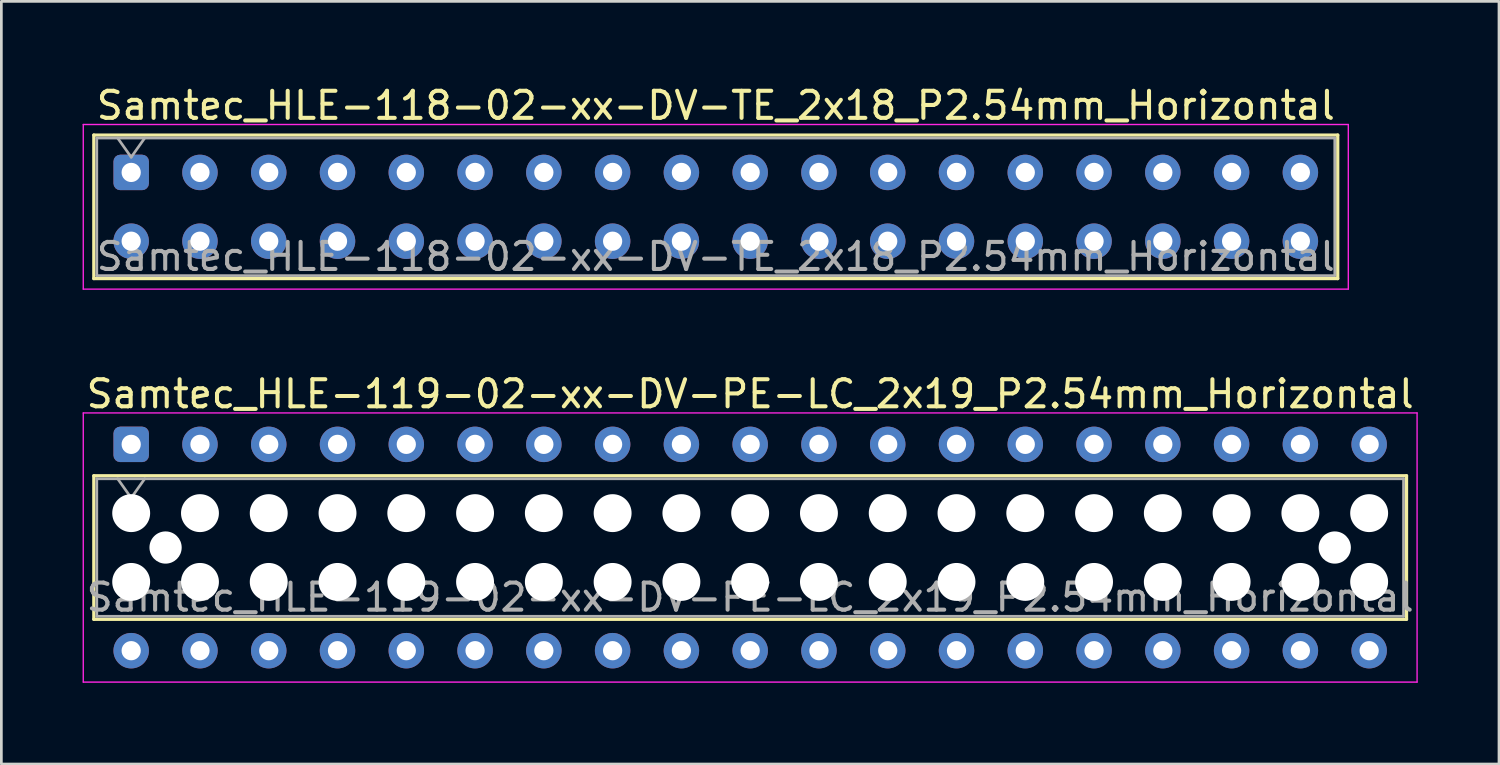
<source format=kicad_pcb>
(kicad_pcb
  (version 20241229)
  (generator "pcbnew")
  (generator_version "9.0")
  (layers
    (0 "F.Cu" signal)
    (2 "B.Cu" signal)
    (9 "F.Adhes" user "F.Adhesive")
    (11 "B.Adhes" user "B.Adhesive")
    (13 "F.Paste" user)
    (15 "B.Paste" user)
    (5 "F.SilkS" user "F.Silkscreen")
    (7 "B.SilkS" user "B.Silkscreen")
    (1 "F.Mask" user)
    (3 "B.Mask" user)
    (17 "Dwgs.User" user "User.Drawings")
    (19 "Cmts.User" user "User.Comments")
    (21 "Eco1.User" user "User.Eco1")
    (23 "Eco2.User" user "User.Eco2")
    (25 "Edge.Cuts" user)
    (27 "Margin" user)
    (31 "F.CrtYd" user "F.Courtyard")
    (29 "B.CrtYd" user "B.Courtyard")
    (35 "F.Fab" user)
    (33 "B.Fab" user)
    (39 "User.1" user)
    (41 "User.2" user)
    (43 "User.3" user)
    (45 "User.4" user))
  (footprint "Samtec_HLE-118-02-xx-DV-TE_2x18_P2.54mm_Horizontal"
    (layer "F.Cu")
    (at 1.795 3.318)
    (property "Reference" "Samtec_HLE-118-02-xx-DV-TE_2x18_P2.54mm_Horizontal" (at 21.59 -2.47 0) (layer "F.SilkS") (effects (font (size 1 1) (thickness 0.15))))
    (attr through_hole)
    (fp_line (start -1.38 -1.38) (end 44.56 -1.38) (stroke (width 0.12) (type solid)) (layer "F.SilkS"))
    (fp_line (start -1.38 3.92) (end -1.38 -1.38) (stroke (width 0.12) (type solid)) (layer "F.SilkS"))
    (fp_line (start 44.56 -1.38) (end 44.56 3.92) (stroke (width 0.12) (type solid)) (layer "F.SilkS"))
    (fp_line (start 44.56 3.92) (end -1.38 3.92) (stroke (width 0.12) (type solid)) (layer "F.SilkS"))
    (fp_line (start -1.77 -1.77) (end 44.95 -1.77) (stroke (width 0.05) (type solid)) (layer "F.CrtYd"))
    (fp_line (start -1.77 4.31) (end -1.77 -1.77) (stroke (width 0.05) (type solid)) (layer "F.CrtYd"))
    (fp_line (start 44.95 -1.77) (end 44.95 4.31) (stroke (width 0.05) (type solid)) (layer "F.CrtYd"))
    (fp_line (start 44.95 4.31) (end -1.77 4.31) (stroke (width 0.05) (type solid)) (layer "F.CrtYd"))
    (fp_line (start -1.27 -1.27) (end 44.45 -1.27) (stroke (width 0.1) (type solid)) (layer "F.Fab"))
    (fp_line (start -1.27 3.81) (end -1.27 -1.27) (stroke (width 0.1) (type solid)) (layer "F.Fab"))
    (fp_line (start -0.5 -1.27) (end 0 -0.563) (stroke (width 0.1) (type solid)) (layer "F.Fab"))
    (fp_line (start 0 -0.563) (end 0.5 -1.27) (stroke (width 0.1) (type solid)) (layer "F.Fab"))
    (fp_line (start 44.45 -1.27) (end 44.45 3.81) (stroke (width 0.1) (type solid)) (layer "F.Fab"))
    (fp_line (start 44.45 3.81) (end -1.27 3.81) (stroke (width 0.1) (type solid)) (layer "F.Fab"))
    (fp_text user "${REFERENCE}" (at 21.59 3.11 0) (layer "F.Fab") (effects (font (size 1 1) (thickness 0.15))))
    (pad "1" thru_hole roundrect (at 0 0) (size 1.31 1.31) (drill 0.71) (layers "*.Cu" "*.Mask") (roundrect_rratio 0.191))
    (pad "2" thru_hole circle (at 0 2.54) (size 1.31 1.31) (drill 0.71) (layers "*.Cu" "*.Mask"))
    (pad "3" thru_hole circle (at 2.54 0) (size 1.31 1.31) (drill 0.71) (layers "*.Cu" "*.Mask"))
    (pad "4" thru_hole circle (at 2.54 2.54) (size 1.31 1.31) (drill 0.71) (layers "*.Cu" "*.Mask"))
    (pad "5" thru_hole circle (at 5.08 0) (size 1.31 1.31) (drill 0.71) (layers "*.Cu" "*.Mask"))
    (pad "6" thru_hole circle (at 5.08 2.54) (size 1.31 1.31) (drill 0.71) (layers "*.Cu" "*.Mask"))
    (pad "7" thru_hole circle (at 7.62 0) (size 1.31 1.31) (drill 0.71) (layers "*.Cu" "*.Mask"))
    (pad "8" thru_hole circle (at 7.62 2.54) (size 1.31 1.31) (drill 0.71) (layers "*.Cu" "*.Mask"))
    (pad "9" thru_hole circle (at 10.16 0) (size 1.31 1.31) (drill 0.71) (layers "*.Cu" "*.Mask"))
    (pad "10" thru_hole circle (at 10.16 2.54) (size 1.31 1.31) (drill 0.71) (layers "*.Cu" "*.Mask"))
    (pad "11" thru_hole circle (at 12.7 0) (size 1.31 1.31) (drill 0.71) (layers "*.Cu" "*.Mask"))
    (pad "12" thru_hole circle (at 12.7 2.54) (size 1.31 1.31) (drill 0.71) (layers "*.Cu" "*.Mask"))
    (pad "13" thru_hole circle (at 15.24 0) (size 1.31 1.31) (drill 0.71) (layers "*.Cu" "*.Mask"))
    (pad "14" thru_hole circle (at 15.24 2.54) (size 1.31 1.31) (drill 0.71) (layers "*.Cu" "*.Mask"))
    (pad "15" thru_hole circle (at 17.78 0) (size 1.31 1.31) (drill 0.71) (layers "*.Cu" "*.Mask"))
    (pad "16" thru_hole circle (at 17.78 2.54) (size 1.31 1.31) (drill 0.71) (layers "*.Cu" "*.Mask"))
    (pad "17" thru_hole circle (at 20.32 0) (size 1.31 1.31) (drill 0.71) (layers "*.Cu" "*.Mask"))
    (pad "18" thru_hole circle (at 20.32 2.54) (size 1.31 1.31) (drill 0.71) (layers "*.Cu" "*.Mask"))
    (pad "19" thru_hole circle (at 22.86 0) (size 1.31 1.31) (drill 0.71) (layers "*.Cu" "*.Mask"))
    (pad "20" thru_hole circle (at 22.86 2.54) (size 1.31 1.31) (drill 0.71) (layers "*.Cu" "*.Mask"))
    (pad "21" thru_hole circle (at 25.4 0) (size 1.31 1.31) (drill 0.71) (layers "*.Cu" "*.Mask"))
    (pad "22" thru_hole circle (at 25.4 2.54) (size 1.31 1.31) (drill 0.71) (layers "*.Cu" "*.Mask"))
    (pad "23" thru_hole circle (at 27.94 0) (size 1.31 1.31) (drill 0.71) (layers "*.Cu" "*.Mask"))
    (pad "24" thru_hole circle (at 27.94 2.54) (size 1.31 1.31) (drill 0.71) (layers "*.Cu" "*.Mask"))
    (pad "25" thru_hole circle (at 30.48 0) (size 1.31 1.31) (drill 0.71) (layers "*.Cu" "*.Mask"))
    (pad "26" thru_hole circle (at 30.48 2.54) (size 1.31 1.31) (drill 0.71) (layers "*.Cu" "*.Mask"))
    (pad "27" thru_hole circle (at 33.02 0) (size 1.31 1.31) (drill 0.71) (layers "*.Cu" "*.Mask"))
    (pad "28" thru_hole circle (at 33.02 2.54) (size 1.31 1.31) (drill 0.71) (layers "*.Cu" "*.Mask"))
    (pad "29" thru_hole circle (at 35.56 0) (size 1.31 1.31) (drill 0.71) (layers "*.Cu" "*.Mask"))
    (pad "30" thru_hole circle (at 35.56 2.54) (size 1.31 1.31) (drill 0.71) (layers "*.Cu" "*.Mask"))
    (pad "31" thru_hole circle (at 38.1 0) (size 1.31 1.31) (drill 0.71) (layers "*.Cu" "*.Mask"))
    (pad "32" thru_hole circle (at 38.1 2.54) (size 1.31 1.31) (drill 0.71) (layers "*.Cu" "*.Mask"))
    (pad "33" thru_hole circle (at 40.64 0) (size 1.31 1.31) (drill 0.71) (layers "*.Cu" "*.Mask"))
    (pad "34" thru_hole circle (at 40.64 2.54) (size 1.31 1.31) (drill 0.71) (layers "*.Cu" "*.Mask"))
    (pad "35" thru_hole circle (at 43.18 0) (size 1.31 1.31) (drill 0.71) (layers "*.Cu" "*.Mask"))
    (pad "36" thru_hole circle (at 43.18 2.54) (size 1.31 1.31) (drill 0.71) (layers "*.Cu" "*.Mask")))
  (footprint "Samtec_HLE-119-02-xx-DV-PE-LC_2x19_P2.54mm_Horizontal"
    (layer "F.Cu")
    (at 1.795 13.361)
    (property "Reference" "Samtec_HLE-119-02-xx-DV-PE-LC_2x19_P2.54mm_Horizontal" (at 22.86 -1.86 0) (layer "F.SilkS") (effects (font (size 1 1) (thickness 0.15))))
    (attr through_hole)
    (fp_line (start -1.38 1.16) (end 47.1 1.16) (stroke (width 0.12) (type solid)) (layer "F.SilkS"))
    (fp_line (start -1.38 6.46) (end -1.38 1.16) (stroke (width 0.12) (type solid)) (layer "F.SilkS"))
    (fp_line (start 47.1 1.16) (end 47.1 6.46) (stroke (width 0.12) (type solid)) (layer "F.SilkS"))
    (fp_line (start 47.1 6.46) (end -1.38 6.46) (stroke (width 0.12) (type solid)) (layer "F.SilkS"))
    (fp_line (start -1.77 -1.16) (end 47.49 -1.16) (stroke (width 0.05) (type solid)) (layer "F.CrtYd"))
    (fp_line (start -1.77 8.78) (end -1.77 -1.16) (stroke (width 0.05) (type solid)) (layer "F.CrtYd"))
    (fp_line (start 47.49 -1.16) (end 47.49 8.78) (stroke (width 0.05) (type solid)) (layer "F.CrtYd"))
    (fp_line (start 47.49 8.78) (end -1.77 8.78) (stroke (width 0.05) (type solid)) (layer "F.CrtYd"))
    (fp_line (start -1.27 1.27) (end 46.99 1.27) (stroke (width 0.1) (type solid)) (layer "F.Fab"))
    (fp_line (start -1.27 6.35) (end -1.27 1.27) (stroke (width 0.1) (type solid)) (layer "F.Fab"))
    (fp_line (start -0.5 1.27) (end 0 1.977) (stroke (width 0.1) (type solid)) (layer "F.Fab"))
    (fp_line (start 0 1.977) (end 0.5 1.27) (stroke (width 0.1) (type solid)) (layer "F.Fab"))
    (fp_line (start 46.99 1.27) (end 46.99 6.35) (stroke (width 0.1) (type solid)) (layer "F.Fab"))
    (fp_line (start 46.99 6.35) (end -1.27 6.35) (stroke (width 0.1) (type solid)) (layer "F.Fab"))
    (fp_text user "${REFERENCE}" (at 22.86 5.65 0) (layer "F.Fab") (effects (font (size 1 1) (thickness 0.15))))
    (pad "" np_thru_hole circle (at 0 2.54) (size 1.4 1.4) (drill 1.4) (layers "*.Cu" "*.Mask"))
    (pad "" np_thru_hole circle (at 0 5.08) (size 1.4 1.4) (drill 1.4) (layers "*.Cu" "*.Mask"))
    (pad "" np_thru_hole circle (at 1.27 3.81) (size 1.19 1.19) (drill 1.19) (layers "*.Cu" "*.Mask"))
    (pad "" np_thru_hole circle (at 2.54 2.54) (size 1.4 1.4) (drill 1.4) (layers "*.Cu" "*.Mask"))
    (pad "" np_thru_hole circle (at 2.54 5.08) (size 1.4 1.4) (drill 1.4) (layers "*.Cu" "*.Mask"))
    (pad "" np_thru_hole circle (at 5.08 2.54) (size 1.4 1.4) (drill 1.4) (layers "*.Cu" "*.Mask"))
    (pad "" np_thru_hole circle (at 5.08 5.08) (size 1.4 1.4) (drill 1.4) (layers "*.Cu" "*.Mask"))
    (pad "" np_thru_hole circle (at 7.62 2.54) (size 1.4 1.4) (drill 1.4) (layers "*.Cu" "*.Mask"))
    (pad "" np_thru_hole circle (at 7.62 5.08) (size 1.4 1.4) (drill 1.4) (layers "*.Cu" "*.Mask"))
    (pad "" np_thru_hole circle (at 10.16 2.54) (size 1.4 1.4) (drill 1.4) (layers "*.Cu" "*.Mask"))
    (pad "" np_thru_hole circle (at 10.16 5.08) (size 1.4 1.4) (drill 1.4) (layers "*.Cu" "*.Mask"))
    (pad "" np_thru_hole circle (at 12.7 2.54) (size 1.4 1.4) (drill 1.4) (layers "*.Cu" "*.Mask"))
    (pad "" np_thru_hole circle (at 12.7 5.08) (size 1.4 1.4) (drill 1.4) (layers "*.Cu" "*.Mask"))
    (pad "" np_thru_hole circle (at 15.24 2.54) (size 1.4 1.4) (drill 1.4) (layers "*.Cu" "*.Mask"))
    (pad "" np_thru_hole circle (at 15.24 5.08) (size 1.4 1.4) (drill 1.4) (layers "*.Cu" "*.Mask"))
    (pad "" np_thru_hole circle (at 17.78 2.54) (size 1.4 1.4) (drill 1.4) (layers "*.Cu" "*.Mask"))
    (pad "" np_thru_hole circle (at 17.78 5.08) (size 1.4 1.4) (drill 1.4) (layers "*.Cu" "*.Mask"))
    (pad "" np_thru_hole circle (at 20.32 2.54) (size 1.4 1.4) (drill 1.4) (layers "*.Cu" "*.Mask"))
    (pad "" np_thru_hole circle (at 20.32 5.08) (size 1.4 1.4) (drill 1.4) (layers "*.Cu" "*.Mask"))
    (pad "" np_thru_hole circle (at 22.86 2.54) (size 1.4 1.4) (drill 1.4) (layers "*.Cu" "*.Mask"))
    (pad "" np_thru_hole circle (at 22.86 5.08) (size 1.4 1.4) (drill 1.4) (layers "*.Cu" "*.Mask"))
    (pad "" np_thru_hole circle (at 25.4 2.54) (size 1.4 1.4) (drill 1.4) (layers "*.Cu" "*.Mask"))
    (pad "" np_thru_hole circle (at 25.4 5.08) (size 1.4 1.4) (drill 1.4) (layers "*.Cu" "*.Mask"))
    (pad "" np_thru_hole circle (at 27.94 2.54) (size 1.4 1.4) (drill 1.4) (layers "*.Cu" "*.Mask"))
    (pad "" np_thru_hole circle (at 27.94 5.08) (size 1.4 1.4) (drill 1.4) (layers "*.Cu" "*.Mask"))
    (pad "" np_thru_hole circle (at 30.48 2.54) (size 1.4 1.4) (drill 1.4) (layers "*.Cu" "*.Mask"))
    (pad "" np_thru_hole circle (at 30.48 5.08) (size 1.4 1.4) (drill 1.4) (layers "*.Cu" "*.Mask"))
    (pad "" np_thru_hole circle (at 33.02 2.54) (size 1.4 1.4) (drill 1.4) (layers "*.Cu" "*.Mask"))
    (pad "" np_thru_hole circle (at 33.02 5.08) (size 1.4 1.4) (drill 1.4) (layers "*.Cu" "*.Mask"))
    (pad "" np_thru_hole circle (at 35.56 2.54) (size 1.4 1.4) (drill 1.4) (layers "*.Cu" "*.Mask"))
    (pad "" np_thru_hole circle (at 35.56 5.08) (size 1.4 1.4) (drill 1.4) (layers "*.Cu" "*.Mask"))
    (pad "" np_thru_hole circle (at 38.1 2.54) (size 1.4 1.4) (drill 1.4) (layers "*.Cu" "*.Mask"))
    (pad "" np_thru_hole circle (at 38.1 5.08) (size 1.4 1.4) (drill 1.4) (layers "*.Cu" "*.Mask"))
    (pad "" np_thru_hole circle (at 40.64 2.54) (size 1.4 1.4) (drill 1.4) (layers "*.Cu" "*.Mask"))
    (pad "" np_thru_hole circle (at 40.64 5.08) (size 1.4 1.4) (drill 1.4) (layers "*.Cu" "*.Mask"))
    (pad "" np_thru_hole circle (at 43.18 2.54) (size 1.4 1.4) (drill 1.4) (layers "*.Cu" "*.Mask"))
    (pad "" np_thru_hole circle (at 43.18 5.08) (size 1.4 1.4) (drill 1.4) (layers "*.Cu" "*.Mask"))
    (pad "" np_thru_hole circle (at 44.45 3.81) (size 1.19 1.19) (drill 1.19) (layers "*.Cu" "*.Mask"))
    (pad "" np_thru_hole circle (at 45.72 2.54) (size 1.4 1.4) (drill 1.4) (layers "*.Cu" "*.Mask"))
    (pad "" np_thru_hole circle (at 45.72 5.08) (size 1.4 1.4) (drill 1.4) (layers "*.Cu" "*.Mask"))
    (pad "1" thru_hole roundrect (at 0 0) (size 1.31 1.31) (drill 0.71) (layers "*.Cu" "*.Mask") (roundrect_rratio 0.191))
    (pad "2" thru_hole circle (at 0 7.62) (size 1.31 1.31) (drill 0.71) (layers "*.Cu" "*.Mask"))
    (pad "3" thru_hole circle (at 2.54 0) (size 1.31 1.31) (drill 0.71) (layers "*.Cu" "*.Mask"))
    (pad "4" thru_hole circle (at 2.54 7.62) (size 1.31 1.31) (drill 0.71) (layers "*.Cu" "*.Mask"))
    (pad "5" thru_hole circle (at 5.08 0) (size 1.31 1.31) (drill 0.71) (layers "*.Cu" "*.Mask"))
    (pad "6" thru_hole circle (at 5.08 7.62) (size 1.31 1.31) (drill 0.71) (layers "*.Cu" "*.Mask"))
    (pad "7" thru_hole circle (at 7.62 0) (size 1.31 1.31) (drill 0.71) (layers "*.Cu" "*.Mask"))
    (pad "8" thru_hole circle (at 7.62 7.62) (size 1.31 1.31) (drill 0.71) (layers "*.Cu" "*.Mask"))
    (pad "9" thru_hole circle (at 10.16 0) (size 1.31 1.31) (drill 0.71) (layers "*.Cu" "*.Mask"))
    (pad "10" thru_hole circle (at 10.16 7.62) (size 1.31 1.31) (drill 0.71) (layers "*.Cu" "*.Mask"))
    (pad "11" thru_hole circle (at 12.7 0) (size 1.31 1.31) (drill 0.71) (layers "*.Cu" "*.Mask"))
    (pad "12" thru_hole circle (at 12.7 7.62) (size 1.31 1.31) (drill 0.71) (layers "*.Cu" "*.Mask"))
    (pad "13" thru_hole circle (at 15.24 0) (size 1.31 1.31) (drill 0.71) (layers "*.Cu" "*.Mask"))
    (pad "14" thru_hole circle (at 15.24 7.62) (size 1.31 1.31) (drill 0.71) (layers "*.Cu" "*.Mask"))
    (pad "15" thru_hole circle (at 17.78 0) (size 1.31 1.31) (drill 0.71) (layers "*.Cu" "*.Mask"))
    (pad "16" thru_hole circle (at 17.78 7.62) (size 1.31 1.31) (drill 0.71) (layers "*.Cu" "*.Mask"))
    (pad "17" thru_hole circle (at 20.32 0) (size 1.31 1.31) (drill 0.71) (layers "*.Cu" "*.Mask"))
    (pad "18" thru_hole circle (at 20.32 7.62) (size 1.31 1.31) (drill 0.71) (layers "*.Cu" "*.Mask"))
    (pad "19" thru_hole circle (at 22.86 0) (size 1.31 1.31) (drill 0.71) (layers "*.Cu" "*.Mask"))
    (pad "20" thru_hole circle (at 22.86 7.62) (size 1.31 1.31) (drill 0.71) (layers "*.Cu" "*.Mask"))
    (pad "21" thru_hole circle (at 25.4 0) (size 1.31 1.31) (drill 0.71) (layers "*.Cu" "*.Mask"))
    (pad "22" thru_hole circle (at 25.4 7.62) (size 1.31 1.31) (drill 0.71) (layers "*.Cu" "*.Mask"))
    (pad "23" thru_hole circle (at 27.94 0) (size 1.31 1.31) (drill 0.71) (layers "*.Cu" "*.Mask"))
    (pad "24" thru_hole circle (at 27.94 7.62) (size 1.31 1.31) (drill 0.71) (layers "*.Cu" "*.Mask"))
    (pad "25" thru_hole circle (at 30.48 0) (size 1.31 1.31) (drill 0.71) (layers "*.Cu" "*.Mask"))
    (pad "26" thru_hole circle (at 30.48 7.62) (size 1.31 1.31) (drill 0.71) (layers "*.Cu" "*.Mask"))
    (pad "27" thru_hole circle (at 33.02 0) (size 1.31 1.31) (drill 0.71) (layers "*.Cu" "*.Mask"))
    (pad "28" thru_hole circle (at 33.02 7.62) (size 1.31 1.31) (drill 0.71) (layers "*.Cu" "*.Mask"))
    (pad "29" thru_hole circle (at 35.56 0) (size 1.31 1.31) (drill 0.71) (layers "*.Cu" "*.Mask"))
    (pad "30" thru_hole circle (at 35.56 7.62) (size 1.31 1.31) (drill 0.71) (layers "*.Cu" "*.Mask"))
    (pad "31" thru_hole circle (at 38.1 0) (size 1.31 1.31) (drill 0.71) (layers "*.Cu" "*.Mask"))
    (pad "32" thru_hole circle (at 38.1 7.62) (size 1.31 1.31) (drill 0.71) (layers "*.Cu" "*.Mask"))
    (pad "33" thru_hole circle (at 40.64 0) (size 1.31 1.31) (drill 0.71) (layers "*.Cu" "*.Mask"))
    (pad "34" thru_hole circle (at 40.64 7.62) (size 1.31 1.31) (drill 0.71) (layers "*.Cu" "*.Mask"))
    (pad "35" thru_hole circle (at 43.18 0) (size 1.31 1.31) (drill 0.71) (layers "*.Cu" "*.Mask"))
    (pad "36" thru_hole circle (at 43.18 7.62) (size 1.31 1.31) (drill 0.71) (layers "*.Cu" "*.Mask"))
    (pad "37" thru_hole circle (at 45.72 0) (size 1.31 1.31) (drill 0.71) (layers "*.Cu" "*.Mask"))
    (pad "38" thru_hole circle (at 45.72 7.62) (size 1.31 1.31) (drill 0.71) (layers "*.Cu" "*.Mask")))
  (gr_rect
    (start -3 -3)
    (end 52.31 25.166)
    (stroke (width 0.1) (type default))
    (fill no)
    (layer "Edge.Cuts")))
</source>
